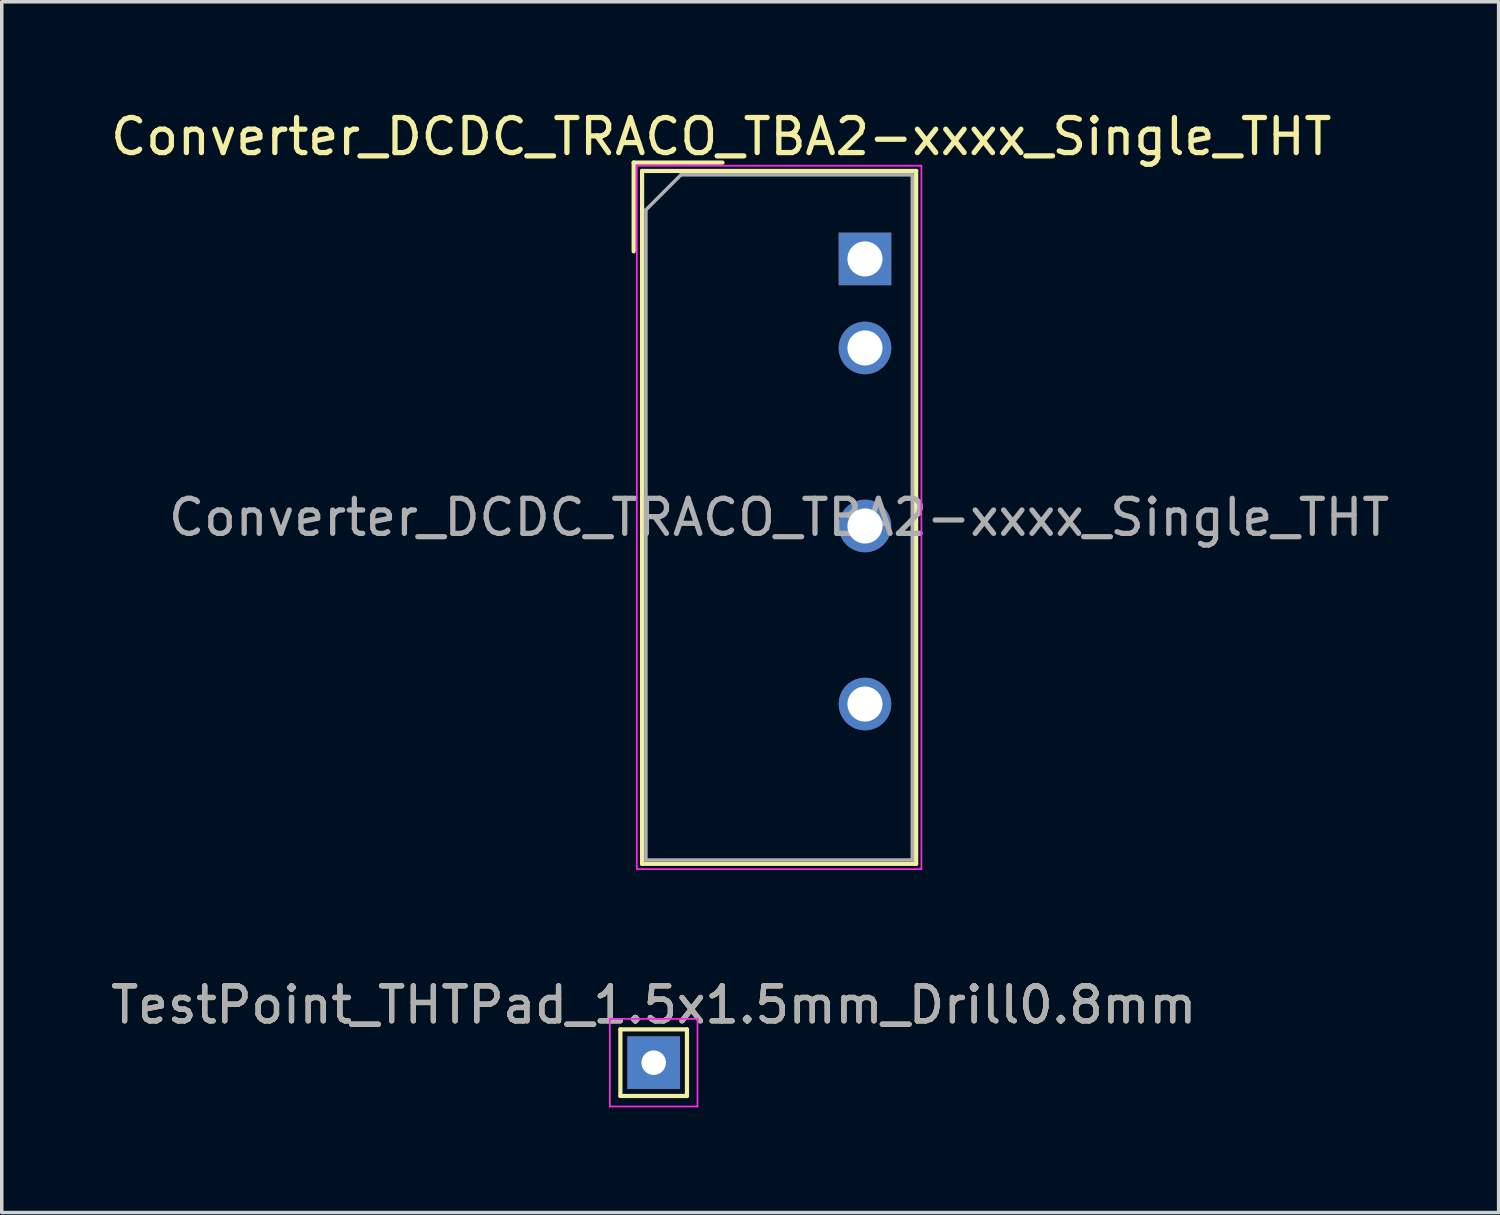
<source format=kicad_pcb>
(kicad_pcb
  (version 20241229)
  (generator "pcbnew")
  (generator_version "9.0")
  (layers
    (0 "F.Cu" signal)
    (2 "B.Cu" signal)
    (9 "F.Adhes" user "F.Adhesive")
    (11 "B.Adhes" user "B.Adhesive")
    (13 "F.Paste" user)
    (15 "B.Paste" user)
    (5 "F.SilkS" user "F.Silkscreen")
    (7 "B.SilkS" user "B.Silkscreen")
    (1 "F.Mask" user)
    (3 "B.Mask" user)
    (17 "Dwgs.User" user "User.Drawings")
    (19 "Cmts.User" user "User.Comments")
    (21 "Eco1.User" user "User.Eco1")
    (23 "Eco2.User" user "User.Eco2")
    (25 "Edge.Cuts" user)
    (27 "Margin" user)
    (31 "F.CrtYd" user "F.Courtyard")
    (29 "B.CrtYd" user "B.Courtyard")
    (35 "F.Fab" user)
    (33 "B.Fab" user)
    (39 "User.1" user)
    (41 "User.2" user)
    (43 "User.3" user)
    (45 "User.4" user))
  (footprint "Converter_DCDC_TRACO_TBA2-xxxx_Single_THT"
    (layer "F.Cu")
    (at 21.63 4.338)
    (property "Reference" "Converter_DCDC_TRACO_TBA2-xxxx_Single_THT" (at -4.1 -3.49 0) (layer "F.SilkS") (effects (font (size 1 1) (thickness 0.15))))
    (attr through_hole)
    (fp_line (start -6.6 -2.75) (end -4.067 -2.75) (stroke (width 0.12) (type solid)) (layer "F.SilkS"))
    (fp_line (start -6.6 -0.217) (end -6.6 -2.75) (stroke (width 0.12) (type solid)) (layer "F.SilkS"))
    (fp_line (start -6.36 -2.51) (end -6.36 17.26) (stroke (width 0.12) (type solid)) (layer "F.SilkS"))
    (fp_line (start -6.36 -2.51) (end 1.46 -2.51) (stroke (width 0.12) (type solid)) (layer "F.SilkS"))
    (fp_line (start -6.36 17.26) (end 1.46 17.26) (stroke (width 0.12) (type solid)) (layer "F.SilkS"))
    (fp_line (start 1.46 -2.51) (end 1.46 17.26) (stroke (width 0.12) (type solid)) (layer "F.SilkS"))
    (fp_line (start -6.51 -2.66) (end -6.51 17.41) (stroke (width 0.05) (type solid)) (layer "F.CrtYd"))
    (fp_line (start -6.51 17.41) (end 1.61 17.41) (stroke (width 0.05) (type solid)) (layer "F.CrtYd"))
    (fp_line (start 1.61 -2.66) (end -6.51 -2.66) (stroke (width 0.05) (type solid)) (layer "F.CrtYd"))
    (fp_line (start 1.61 17.41) (end 1.61 -2.66) (stroke (width 0.05) (type solid)) (layer "F.CrtYd"))
    (fp_line (start -6.25 -1.4) (end -5.25 -2.4) (stroke (width 0.1) (type solid)) (layer "F.Fab"))
    (fp_line (start -6.25 17.15) (end -6.25 -1.4) (stroke (width 0.1) (type solid)) (layer "F.Fab"))
    (fp_line (start -5.25 -2.4) (end 1.35 -2.4) (stroke (width 0.1) (type solid)) (layer "F.Fab"))
    (fp_line (start 1.35 -2.4) (end 1.35 17.15) (stroke (width 0.1) (type solid)) (layer "F.Fab"))
    (fp_line (start 1.35 17.15) (end -6.25 17.15) (stroke (width 0.1) (type solid)) (layer "F.Fab"))
    (fp_text user "${REFERENCE}" (at -2.45 7.375 0) (layer "F.Fab") (effects (font (size 1 1) (thickness 0.15))))
    (pad "1" thru_hole rect (at 0 0) (size 1.5 1.5) (drill 1) (layers "*.Cu" "*.Mask"))
    (pad "2" thru_hole circle (at 0 2.54) (size 1.5 1.5) (drill 1) (layers "*.Cu" "*.Mask"))
    (pad "4" thru_hole circle (at 0 7.62) (size 1.5 1.5) (drill 1) (layers "*.Cu" "*.Mask"))
    (pad "6" thru_hole circle (at 0 12.7) (size 1.5 1.5) (drill 1) (layers "*.Cu" "*.Mask")))
  (footprint "TestPoint_THTPad_1.5x1.5mm_Drill0.8mm"
    (layer "F.Cu")
    (at 15.601 27.271)
    (property "Reference" "TestPoint_THTPad_1.5x1.5mm_Drill0.8mm" (at 0 -1.648 0) (layer "F.SilkS") (effects (font (size 1 1) (thickness 0.15))))
    (attr exclude_from_pos_files exclude_from_bom)
    (fp_line (start -0.95 -0.95) (end 0.95 -0.95) (stroke (width 0.12) (type solid)) (layer "F.SilkS"))
    (fp_line (start -0.95 0.95) (end -0.95 -0.95) (stroke (width 0.12) (type solid)) (layer "F.SilkS"))
    (fp_line (start 0.95 -0.95) (end 0.95 0.95) (stroke (width 0.12) (type solid)) (layer "F.SilkS"))
    (fp_line (start 0.95 0.95) (end -0.95 0.95) (stroke (width 0.12) (type solid)) (layer "F.SilkS"))
    (fp_line (start -1.25 -1.25) (end -1.25 1.25) (stroke (width 0.05) (type solid)) (layer "F.CrtYd"))
    (fp_line (start -1.25 -1.25) (end 1.25 -1.25) (stroke (width 0.05) (type solid)) (layer "F.CrtYd"))
    (fp_line (start 1.25 1.25) (end -1.25 1.25) (stroke (width 0.05) (type solid)) (layer "F.CrtYd"))
    (fp_line (start 1.25 1.25) (end 1.25 -1.25) (stroke (width 0.05) (type solid)) (layer "F.CrtYd"))
    (fp_text user "${REFERENCE}" (at 0 -1.65 0) (layer "F.Fab") (effects (font (size 1 1) (thickness 0.15))))
    (pad "1" thru_hole rect (at 0 0) (size 1.5 1.5) (drill 0.7) (layers "*.Cu" "*.Mask")))
  (gr_rect
    (start -3 -3)
    (end 39.71 31.547)
    (stroke (width 0.1) (type default))
    (fill no)
    (layer "Edge.Cuts")))
</source>
